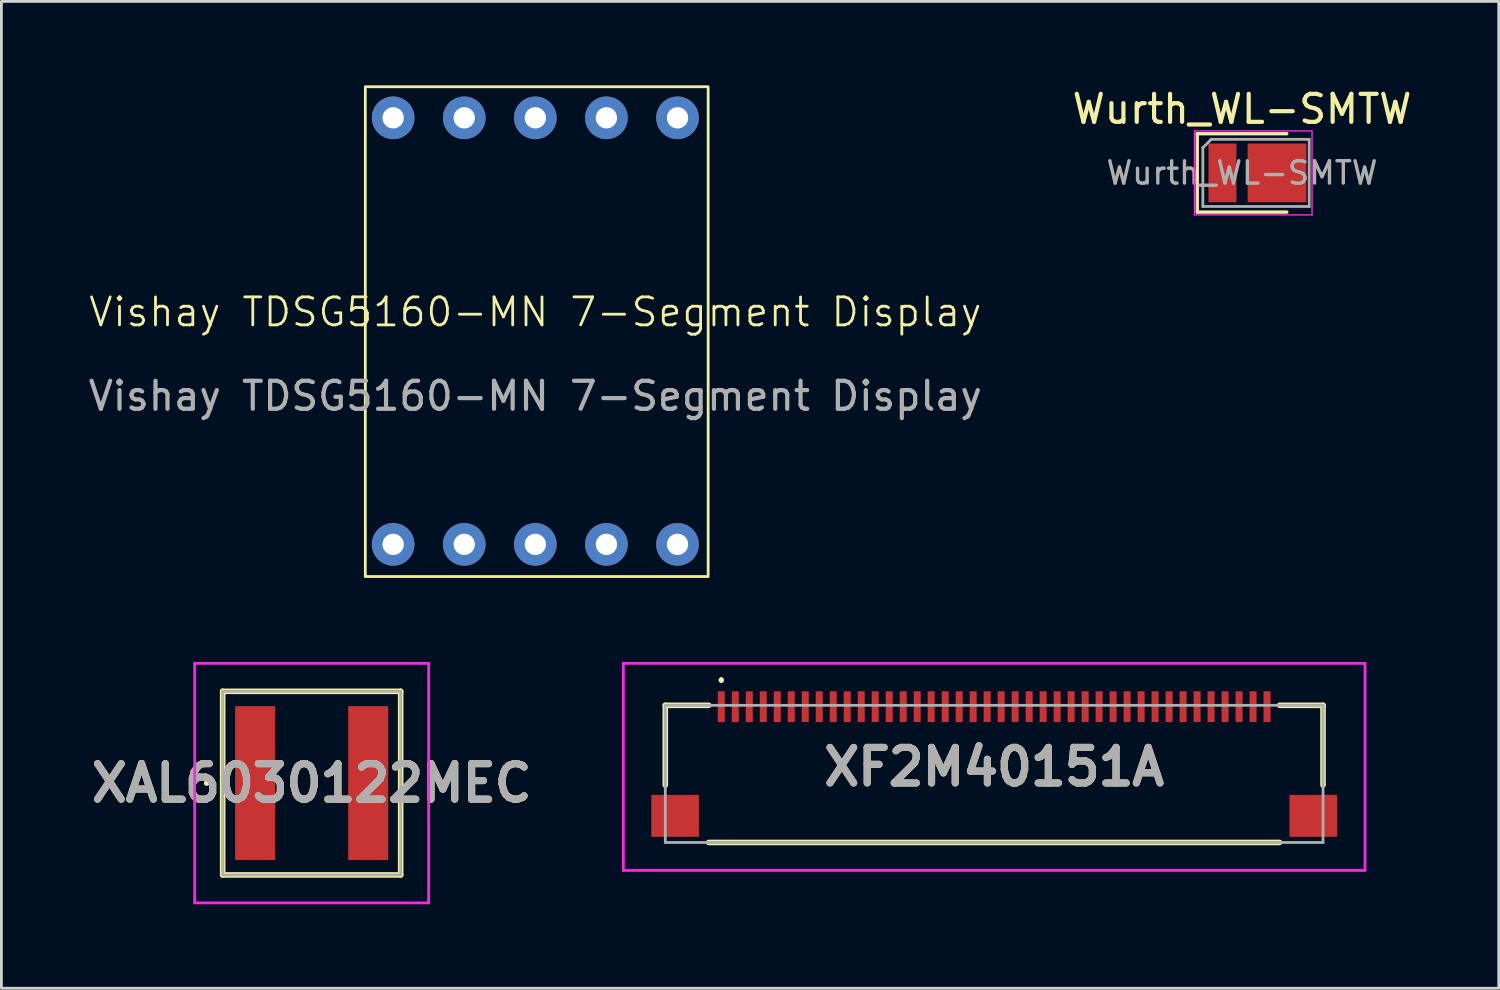
<source format=kicad_pcb>
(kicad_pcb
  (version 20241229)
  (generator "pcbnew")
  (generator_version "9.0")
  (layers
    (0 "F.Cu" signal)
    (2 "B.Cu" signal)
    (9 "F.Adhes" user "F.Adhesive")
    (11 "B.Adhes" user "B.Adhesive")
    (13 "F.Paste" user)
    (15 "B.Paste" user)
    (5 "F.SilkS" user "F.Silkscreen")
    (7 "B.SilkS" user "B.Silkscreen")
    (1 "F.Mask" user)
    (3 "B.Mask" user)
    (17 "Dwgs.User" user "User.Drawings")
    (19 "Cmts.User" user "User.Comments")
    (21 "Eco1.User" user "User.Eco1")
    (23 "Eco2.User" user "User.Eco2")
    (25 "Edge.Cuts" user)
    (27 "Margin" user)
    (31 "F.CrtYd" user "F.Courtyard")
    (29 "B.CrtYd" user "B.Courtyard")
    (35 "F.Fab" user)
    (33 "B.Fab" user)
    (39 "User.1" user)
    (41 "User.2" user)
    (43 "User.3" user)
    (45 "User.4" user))
  (footprint "Wurth_WL-SMTW"
    (layer "F.Cu")
    (at 41.327 3.128)
    (property "Reference" "Wurth_WL-SMTW" (at 0 -2.28 0) (layer "F.SilkS") (effects (font (size 1 1) (thickness 0.15))))
    (attr smd)
    (fp_line (start -1.6 -1.4) (end -1.6 1.4) (stroke (width 0.12) (type solid)) (layer "F.SilkS"))
    (fp_line (start -1.6 1.4) (end 1.6 1.4) (stroke (width 0.12) (type solid)) (layer "F.SilkS"))
    (fp_line (start 1.6 -1.4) (end -1.6 -1.4) (stroke (width 0.12) (type solid)) (layer "F.SilkS"))
    (fp_line (start -1.7 -1.5) (end 2.5 -1.5) (stroke (width 0.05) (type solid)) (layer "F.CrtYd"))
    (fp_line (start -1.7 1.5) (end -1.7 -1.5) (stroke (width 0.05) (type solid)) (layer "F.CrtYd"))
    (fp_line (start 2.5 -1.5) (end 2.5 1.5) (stroke (width 0.05) (type solid)) (layer "F.CrtYd"))
    (fp_line (start 2.5 1.5) (end -1.7 1.5) (stroke (width 0.05) (type solid)) (layer "F.CrtYd"))
    (fp_line (start -1.4 -0.9) (end -1.4 1.2) (stroke (width 0.1) (type solid)) (layer "F.Fab"))
    (fp_line (start -1.4 1.2) (end 2.4 1.2) (stroke (width 0.1) (type solid)) (layer "F.Fab"))
    (fp_line (start -1.1 -1.2) (end -1.4 -0.9) (stroke (width 0.1) (type solid)) (layer "F.Fab"))
    (fp_line (start 2.4 -1.2) (end -1.1 -1.2) (stroke (width 0.1) (type solid)) (layer "F.Fab"))
    (fp_line (start 2.4 1.2) (end 2.4 -1.2) (stroke (width 0.1) (type solid)) (layer "F.Fab"))
    (fp_text user "${REFERENCE}" (at 0 0 0) (layer "F.Fab") (effects (font (size 0.8 0.8) (thickness 0.12))))
    (pad "1" smd rect (at -0.7 0) (size 1 2.1) (layers "F.Cu" "F.Mask" "F.Paste"))
    (pad "2" smd rect (at 1.25 0) (size 2.1 2.1) (layers "F.Cu" "F.Mask" "F.Paste")))
  (footprint "XF2M40151A"
    (layer "F.Cu")
    (at 32.471 24.6)
    (property "Reference" "XF2M40151A" (at 0 -0.25 0) (layer "F.SilkS") (effects (font (size 1.27 1.27) (thickness 0.254))))
    (attr smd)
    (fp_line (start -11.75 -2.45) (end -10.2 -2.45) (stroke (width 0.2) (type solid)) (layer "F.SilkS"))
    (fp_line (start -11.75 0.4) (end -11.75 -2.45) (stroke (width 0.2) (type solid)) (layer "F.SilkS"))
    (fp_line (start -10.2 2.45) (end 10.2 2.45) (stroke (width 0.2) (type solid)) (layer "F.SilkS"))
    (fp_line (start -9.75 -3.4) (end -9.75 -3.4) (stroke (width 0.1) (type solid)) (layer "F.SilkS"))
    (fp_line (start -9.75 -3.3) (end -9.75 -3.3) (stroke (width 0.1) (type solid)) (layer "F.SilkS"))
    (fp_line (start 10.2 -2.45) (end 11.75 -2.45) (stroke (width 0.2) (type solid)) (layer "F.SilkS"))
    (fp_line (start 11.75 -2.45) (end 11.75 0.4) (stroke (width 0.2) (type solid)) (layer "F.SilkS"))
    (fp_arc (start -9.75 -3.4) (mid -9.7 -3.35) (end -9.75 -3.3) (stroke (width 0.1) (type solid)) (layer "F.SilkS"))
    (fp_arc (start -9.75 -3.3) (mid -9.8 -3.35) (end -9.75 -3.4) (stroke (width 0.1) (type solid)) (layer "F.SilkS"))
    (fp_line (start -13.25 -3.95) (end 13.25 -3.95) (stroke (width 0.1) (type solid)) (layer "F.CrtYd"))
    (fp_line (start -13.25 3.45) (end -13.25 -3.95) (stroke (width 0.1) (type solid)) (layer "F.CrtYd"))
    (fp_line (start 13.25 -3.95) (end 13.25 3.45) (stroke (width 0.1) (type solid)) (layer "F.CrtYd"))
    (fp_line (start 13.25 3.45) (end -13.25 3.45) (stroke (width 0.1) (type solid)) (layer "F.CrtYd"))
    (fp_line (start -11.75 -2.45) (end -11.75 2.45) (stroke (width 0.1) (type solid)) (layer "F.Fab"))
    (fp_line (start -11.75 2.45) (end 11.75 2.45) (stroke (width 0.1) (type solid)) (layer "F.Fab"))
    (fp_line (start 11.75 -2.45) (end -11.75 -2.45) (stroke (width 0.1) (type solid)) (layer "F.Fab"))
    (fp_line (start 11.75 2.45) (end 11.75 -2.45) (stroke (width 0.1) (type solid)) (layer "F.Fab"))
    (fp_text user "${REFERENCE}" (at 0 -0.25 0) (layer "F.Fab") (effects (font (size 1.27 1.27) (thickness 0.254))))
    (pad "1" smd rect (at -9.75 -2.4) (size 0.25 1.1) (layers "F.Cu" "F.Mask" "F.Paste"))
    (pad "2" smd rect (at -9.25 -2.4) (size 0.25 1.1) (layers "F.Cu" "F.Mask" "F.Paste"))
    (pad "3" smd rect (at -8.75 -2.4) (size 0.25 1.1) (layers "F.Cu" "F.Mask" "F.Paste"))
    (pad "4" smd rect (at -8.25 -2.4) (size 0.25 1.1) (layers "F.Cu" "F.Mask" "F.Paste"))
    (pad "5" smd rect (at -7.75 -2.4) (size 0.25 1.1) (layers "F.Cu" "F.Mask" "F.Paste"))
    (pad "6" smd rect (at -7.25 -2.4) (size 0.25 1.1) (layers "F.Cu" "F.Mask" "F.Paste"))
    (pad "7" smd rect (at -6.75 -2.4) (size 0.25 1.1) (layers "F.Cu" "F.Mask" "F.Paste"))
    (pad "8" smd rect (at -6.25 -2.4) (size 0.25 1.1) (layers "F.Cu" "F.Mask" "F.Paste"))
    (pad "9" smd rect (at -5.75 -2.4) (size 0.25 1.1) (layers "F.Cu" "F.Mask" "F.Paste"))
    (pad "10" smd rect (at -5.25 -2.4) (size 0.25 1.1) (layers "F.Cu" "F.Mask" "F.Paste"))
    (pad "11" smd rect (at -4.75 -2.4) (size 0.25 1.1) (layers "F.Cu" "F.Mask" "F.Paste"))
    (pad "12" smd rect (at -4.25 -2.4) (size 0.25 1.1) (layers "F.Cu" "F.Mask" "F.Paste"))
    (pad "13" smd rect (at -3.75 -2.4) (size 0.25 1.1) (layers "F.Cu" "F.Mask" "F.Paste"))
    (pad "14" smd rect (at -3.25 -2.4) (size 0.25 1.1) (layers "F.Cu" "F.Mask" "F.Paste"))
    (pad "15" smd rect (at -2.75 -2.4) (size 0.25 1.1) (layers "F.Cu" "F.Mask" "F.Paste"))
    (pad "16" smd rect (at -2.25 -2.4) (size 0.25 1.1) (layers "F.Cu" "F.Mask" "F.Paste"))
    (pad "17" smd rect (at -1.75 -2.4) (size 0.25 1.1) (layers "F.Cu" "F.Mask" "F.Paste"))
    (pad "18" smd rect (at -1.25 -2.4) (size 0.25 1.1) (layers "F.Cu" "F.Mask" "F.Paste"))
    (pad "19" smd rect (at -0.75 -2.4) (size 0.25 1.1) (layers "F.Cu" "F.Mask" "F.Paste"))
    (pad "20" smd rect (at -0.25 -2.4) (size 0.25 1.1) (layers "F.Cu" "F.Mask" "F.Paste"))
    (pad "21" smd rect (at 0.25 -2.4) (size 0.25 1.1) (layers "F.Cu" "F.Mask" "F.Paste"))
    (pad "22" smd rect (at 0.75 -2.4) (size 0.25 1.1) (layers "F.Cu" "F.Mask" "F.Paste"))
    (pad "23" smd rect (at 1.25 -2.4) (size 0.25 1.1) (layers "F.Cu" "F.Mask" "F.Paste"))
    (pad "24" smd rect (at 1.75 -2.4) (size 0.25 1.1) (layers "F.Cu" "F.Mask" "F.Paste"))
    (pad "25" smd rect (at 2.25 -2.4) (size 0.25 1.1) (layers "F.Cu" "F.Mask" "F.Paste"))
    (pad "26" smd rect (at 2.75 -2.4) (size 0.25 1.1) (layers "F.Cu" "F.Mask" "F.Paste"))
    (pad "27" smd rect (at 3.25 -2.4) (size 0.25 1.1) (layers "F.Cu" "F.Mask" "F.Paste"))
    (pad "28" smd rect (at 3.75 -2.4) (size 0.25 1.1) (layers "F.Cu" "F.Mask" "F.Paste"))
    (pad "29" smd rect (at 4.25 -2.4) (size 0.25 1.1) (layers "F.Cu" "F.Mask" "F.Paste"))
    (pad "30" smd rect (at 4.75 -2.4) (size 0.25 1.1) (layers "F.Cu" "F.Mask" "F.Paste"))
    (pad "31" smd rect (at 5.25 -2.4) (size 0.25 1.1) (layers "F.Cu" "F.Mask" "F.Paste"))
    (pad "32" smd rect (at 5.75 -2.4) (size 0.25 1.1) (layers "F.Cu" "F.Mask" "F.Paste"))
    (pad "33" smd rect (at 6.25 -2.4) (size 0.25 1.1) (layers "F.Cu" "F.Mask" "F.Paste"))
    (pad "34" smd rect (at 6.75 -2.4) (size 0.25 1.1) (layers "F.Cu" "F.Mask" "F.Paste"))
    (pad "35" smd rect (at 7.25 -2.4) (size 0.25 1.1) (layers "F.Cu" "F.Mask" "F.Paste"))
    (pad "36" smd rect (at 7.75 -2.4) (size 0.25 1.1) (layers "F.Cu" "F.Mask" "F.Paste"))
    (pad "37" smd rect (at 8.25 -2.4) (size 0.25 1.1) (layers "F.Cu" "F.Mask" "F.Paste"))
    (pad "38" smd rect (at 8.75 -2.4) (size 0.25 1.1) (layers "F.Cu" "F.Mask" "F.Paste"))
    (pad "39" smd rect (at 9.25 -2.4) (size 0.25 1.1) (layers "F.Cu" "F.Mask" "F.Paste"))
    (pad "40" smd rect (at 9.75 -2.4) (size 0.25 1.1) (layers "F.Cu" "F.Mask" "F.Paste"))
    (pad "MP1" smd rect (at -11.4 1.5 90) (size 1.5 1.7) (layers "F.Cu" "F.Mask" "F.Paste"))
    (pad "MP2" smd rect (at 11.4 1.5 90) (size 1.5 1.7) (layers "F.Cu" "F.Mask" "F.Paste")))
  (footprint "Vishay TDSG5160-MN 7-Segment Display"
    (layer "F.Cu")
    (at 16.077 9.8)
    (property "Reference" "Vishay TDSG5160-MN 7-Segment Display" (at 0 -1.7 0) (unlocked yes) (layer "F.SilkS") (effects (font (size 1 1) (thickness 0.1))))
    (attr board_only exclude_from_pos_files exclude_from_bom)
    (fp_rect (start -6.075 7.75) (end 6.175 -9.75) (stroke (width 0.1) (type solid)) (fill no) (layer "F.SilkS"))
    (fp_text user "${REFERENCE}" (at 0 1.3 0) (unlocked yes) (layer "F.Fab") (effects (font (size 1 1) (thickness 0.15))))
    (pad "1" thru_hole circle (at -5.08 6.6) (size 1.524 1.524) (drill 0.762) (layers "*.Cu" "*.Mask"))
    (pad "2" thru_hole circle (at -2.54 6.6) (size 1.524 1.524) (drill 0.762) (layers "*.Cu" "*.Mask"))
    (pad "3" thru_hole circle (at 0 6.6) (size 1.524 1.524) (drill 0.762) (layers "*.Cu" "*.Mask"))
    (pad "4" thru_hole circle (at 2.54 6.6) (size 1.524 1.524) (drill 0.762) (layers "*.Cu" "*.Mask"))
    (pad "5" thru_hole circle (at 5.08 6.6) (size 1.524 1.524) (drill 0.762) (layers "*.Cu" "*.Mask"))
    (pad "6" thru_hole circle (at 5.08 -8.64) (size 1.524 1.524) (drill 0.762) (layers "*.Cu" "*.Mask"))
    (pad "7" thru_hole circle (at 2.54 -8.64) (size 1.524 1.524) (drill 0.762) (layers "*.Cu" "*.Mask"))
    (pad "8" thru_hole circle (at 0 -8.64) (size 1.524 1.524) (drill 0.762) (layers "*.Cu" "*.Mask"))
    (pad "9" thru_hole circle (at -2.54 -8.64) (size 1.524 1.524) (drill 0.762) (layers "*.Cu" "*.Mask"))
    (pad "10" thru_hole circle (at -5.08 -8.64) (size 1.524 1.524) (drill 0.762) (layers "*.Cu" "*.Mask")))
  (footprint "XAL6030122MEC"
    (layer "F.Cu")
    (at 8.086 24.93)
    (property "Reference" "XAL6030122MEC" (at 0 0 0) (layer "F.SilkS") (effects (font (size 1.27 1.27) (thickness 0.254))))
    (attr smd)
    (fp_line (start -3.8 0) (end -3.8 0) (stroke (width 0.1) (type solid)) (layer "F.SilkS"))
    (fp_line (start -3.7 0) (end -3.7 0) (stroke (width 0.1) (type solid)) (layer "F.SilkS"))
    (fp_line (start -3.18 -3.28) (end 3.18 -3.28) (stroke (width 0.2) (type solid)) (layer "F.SilkS"))
    (fp_line (start -3.18 3.28) (end -3.18 -3.28) (stroke (width 0.2) (type solid)) (layer "F.SilkS"))
    (fp_line (start 3.18 -3.28) (end 3.18 3.28) (stroke (width 0.2) (type solid)) (layer "F.SilkS"))
    (fp_line (start 3.18 3.28) (end -3.18 3.28) (stroke (width 0.2) (type solid)) (layer "F.SilkS"))
    (fp_arc (start -3.8 0) (mid -3.75 -0.05) (end -3.7 0) (stroke (width 0.1) (type solid)) (layer "F.SilkS"))
    (fp_arc (start -3.7 0) (mid -3.75 0.05) (end -3.8 0) (stroke (width 0.1) (type solid)) (layer "F.SilkS"))
    (fp_line (start -4.18 -4.28) (end 4.18 -4.28) (stroke (width 0.1) (type solid)) (layer "F.CrtYd"))
    (fp_line (start -4.18 4.28) (end -4.18 -4.28) (stroke (width 0.1) (type solid)) (layer "F.CrtYd"))
    (fp_line (start 4.18 -4.28) (end 4.18 4.28) (stroke (width 0.1) (type solid)) (layer "F.CrtYd"))
    (fp_line (start 4.18 4.28) (end -4.18 4.28) (stroke (width 0.1) (type solid)) (layer "F.CrtYd"))
    (fp_line (start -3.18 -3.28) (end 3.18 -3.28) (stroke (width 0.1) (type solid)) (layer "F.Fab"))
    (fp_line (start -3.18 3.28) (end -3.18 -3.28) (stroke (width 0.1) (type solid)) (layer "F.Fab"))
    (fp_line (start 3.18 -3.28) (end 3.18 3.28) (stroke (width 0.1) (type solid)) (layer "F.Fab"))
    (fp_line (start 3.18 3.28) (end -3.18 3.28) (stroke (width 0.1) (type solid)) (layer "F.Fab"))
    (fp_text user "${REFERENCE}" (at 0 0 0) (layer "F.Fab") (effects (font (size 1.27 1.27) (thickness 0.254))))
    (pad "1" smd rect (at -2.02 0) (size 1.43 5.5) (layers "F.Cu" "F.Mask" "F.Paste"))
    (pad "2" smd rect (at 2.02 0) (size 1.43 5.5) (layers "F.Cu" "F.Mask" "F.Paste")))
  (gr_rect
    (start -3 -3)
    (end 50.5 32.26)
    (stroke (width 0.1) (type default))
    (fill no)
    (layer "Edge.Cuts")))
</source>
